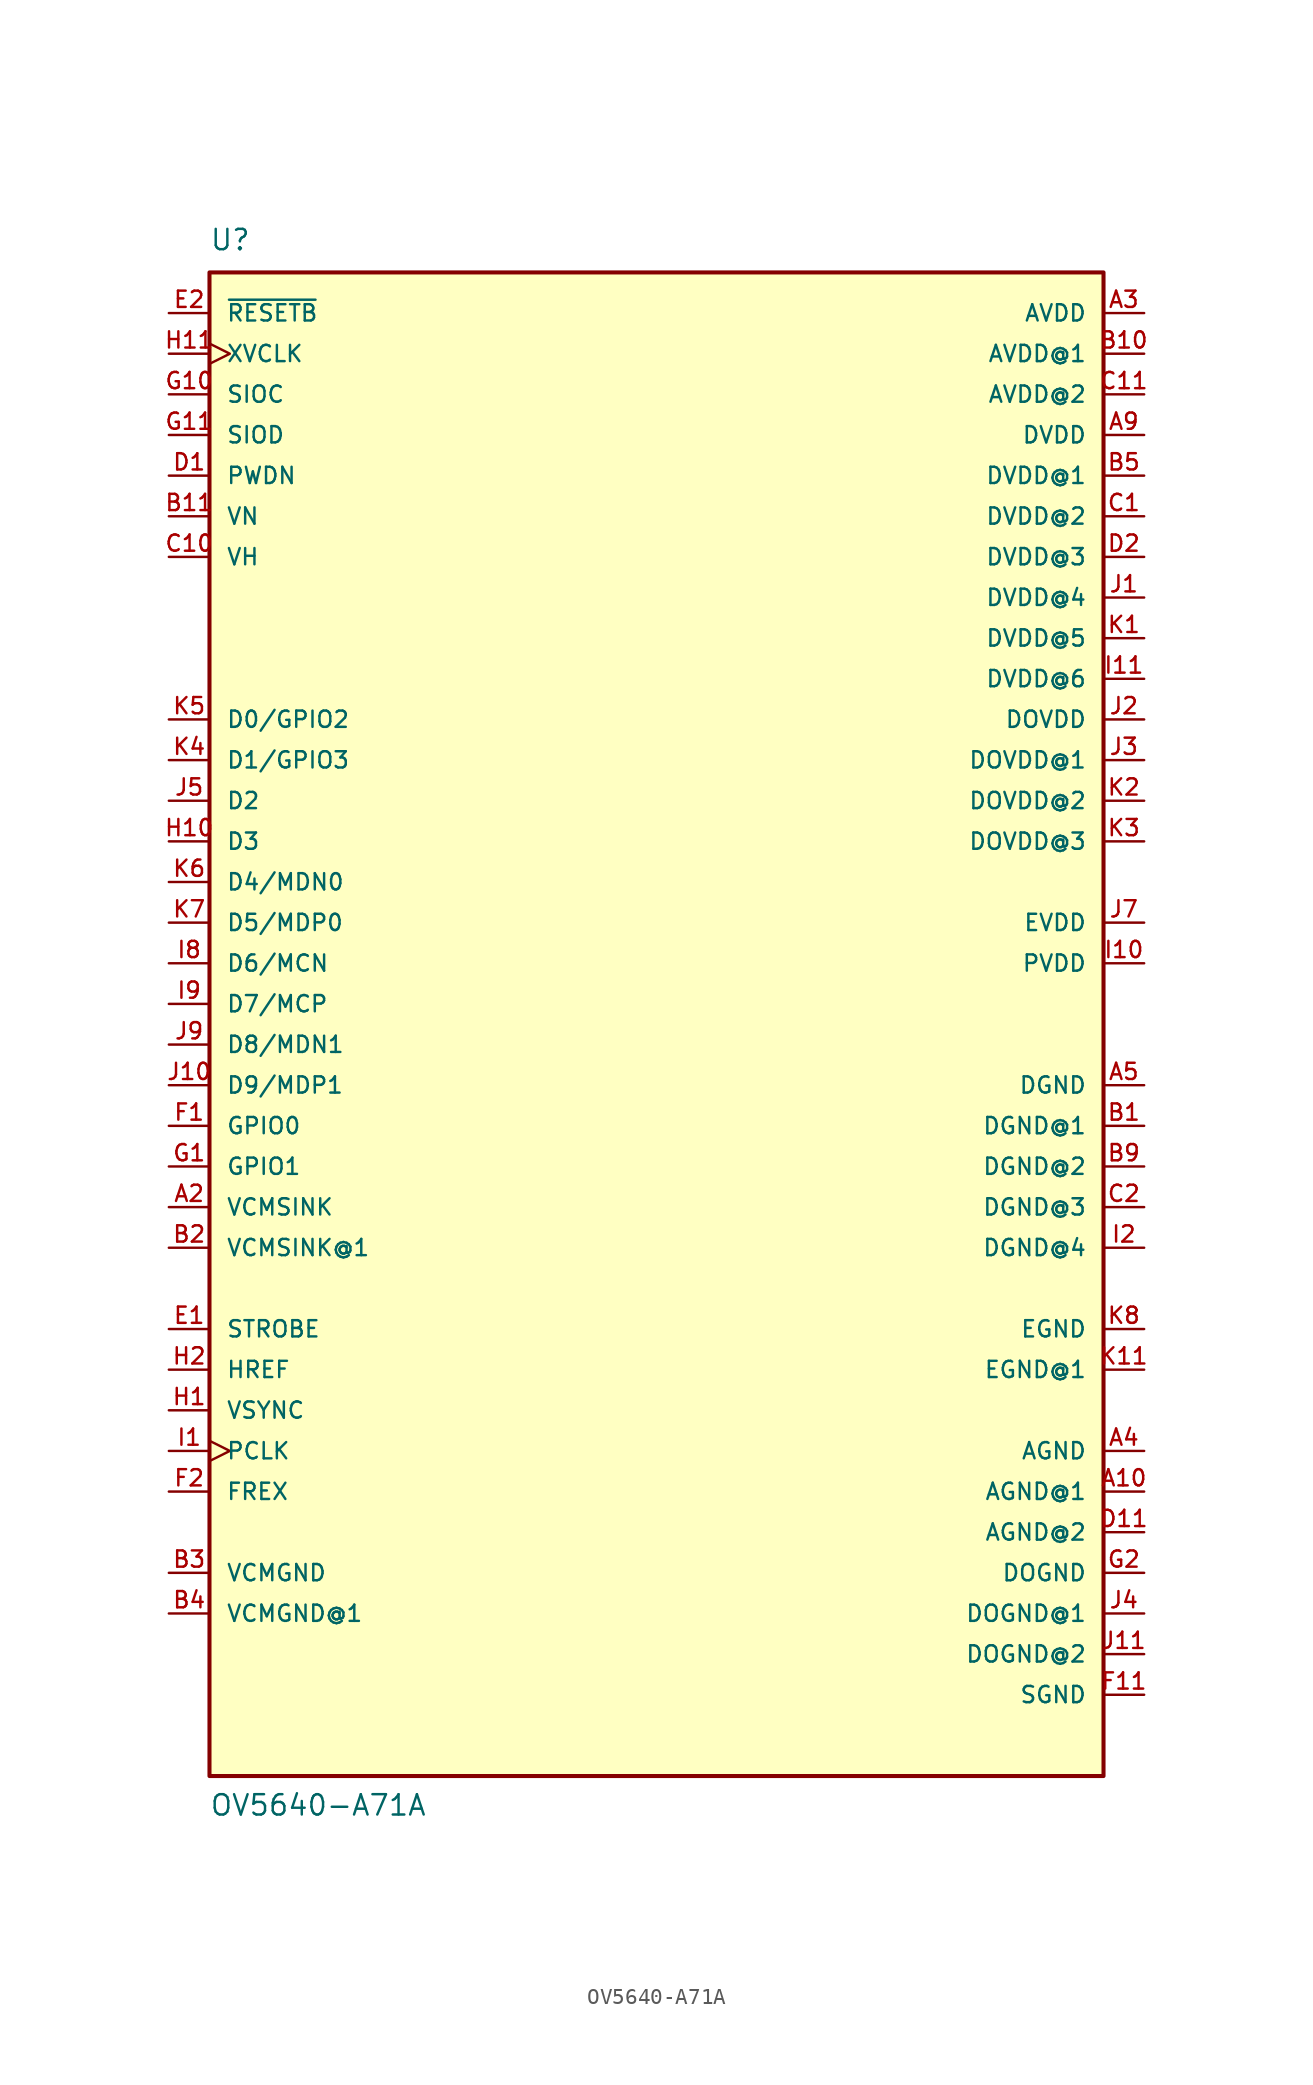
<source format=kicad_sym>
(kicad_symbol_lib
  (version 20211014)
  (generator kicad_symbol_editor)
  (symbol "OV5640-A71A"
    (pin_names
      (offset 1.016))
    (property "Reference" "U"
      (at -27.952 49.551 0)
      (effects (font (size 1.27 1.27)) (justify bottom left)))
    (property "Value" "OV5640-A71A"
      (at -27.956 -48.288 0)
      (effects (font (size 1.27 1.27)) (justify bottom left)))
    (symbol "OV5640-A71A_0_0"
      (rectangle (start -27.94 -45.72) (end 27.94 48.26) (stroke (width 0.254)) (fill (type background)))
      (pin bidirectional line (at -30.48 -10.16 0) (length 2.54) (name "VCMSINK" (effects (font (size 1.016 1.016)))) (number "A2" (effects (font (size 1.016 1.016)))))
      (pin power_in line (at 30.48 45.72 180.0) (length 2.54) (name "AVDD" (effects (font (size 1.016 1.016)))) (number "A3" (effects (font (size 1.016 1.016)))))
      (pin power_in line (at 30.48 -25.4 180.0) (length 2.54) (name "AGND" (effects (font (size 1.016 1.016)))) (number "A4" (effects (font (size 1.016 1.016)))))
      (pin power_in line (at 30.48 -2.54 180.0) (length 2.54) (name "DGND" (effects (font (size 1.016 1.016)))) (number "A5" (effects (font (size 1.016 1.016)))))
      (pin power_in line (at 30.48 38.1 180.0) (length 2.54) (name "DVDD" (effects (font (size 1.016 1.016)))) (number "A9" (effects (font (size 1.016 1.016)))))
      (pin power_in line (at 30.48 -27.94 180.0) (length 2.54) (name "AGND@1" (effects (font (size 1.016 1.016)))) (number "A10" (effects (font (size 1.016 1.016)))))
      (pin power_in line (at 30.48 -5.08 180.0) (length 2.54) (name "DGND@1" (effects (font (size 1.016 1.016)))) (number "B1" (effects (font (size 1.016 1.016)))))
      (pin bidirectional line (at -30.48 -12.7 0) (length 2.54) (name "VCMSINK@1" (effects (font (size 1.016 1.016)))) (number "B2" (effects (font (size 1.016 1.016)))))
      (pin bidirectional line (at -30.48 -33.02 0) (length 2.54) (name "VCMGND" (effects (font (size 1.016 1.016)))) (number "B3" (effects (font (size 1.016 1.016)))))
      (pin bidirectional line (at -30.48 -35.56 0) (length 2.54) (name "VCMGND@1" (effects (font (size 1.016 1.016)))) (number "B4" (effects (font (size 1.016 1.016)))))
      (pin power_in line (at 30.48 35.56 180.0) (length 2.54) (name "DVDD@1" (effects (font (size 1.016 1.016)))) (number "B5" (effects (font (size 1.016 1.016)))))
      (pin power_in line (at 30.48 -7.62 180.0) (length 2.54) (name "DGND@2" (effects (font (size 1.016 1.016)))) (number "B9" (effects (font (size 1.016 1.016)))))
      (pin power_in line (at 30.48 43.18 180.0) (length 2.54) (name "AVDD@1" (effects (font (size 1.016 1.016)))) (number "B10" (effects (font (size 1.016 1.016)))))
      (pin input line (at -30.48 33.02 0) (length 2.54) (name "VN" (effects (font (size 1.016 1.016)))) (number "B11" (effects (font (size 1.016 1.016)))))
      (pin power_in line (at 30.48 33.02 180.0) (length 2.54) (name "DVDD@2" (effects (font (size 1.016 1.016)))) (number "C1" (effects (font (size 1.016 1.016)))))
      (pin power_in line (at 30.48 -10.16 180.0) (length 2.54) (name "DGND@3" (effects (font (size 1.016 1.016)))) (number "C2" (effects (font (size 1.016 1.016)))))
      (pin input line (at -30.48 30.48 0) (length 2.54) (name "VH" (effects (font (size 1.016 1.016)))) (number "C10" (effects (font (size 1.016 1.016)))))
      (pin power_in line (at 30.48 40.64 180.0) (length 2.54) (name "AVDD@2" (effects (font (size 1.016 1.016)))) (number "C11" (effects (font (size 1.016 1.016)))))
      (pin input line (at -30.48 35.56 0) (length 2.54) (name "PWDN" (effects (font (size 1.016 1.016)))) (number "D1" (effects (font (size 1.016 1.016)))))
      (pin power_in line (at 30.48 30.48 180.0) (length 2.54) (name "DVDD@3" (effects (font (size 1.016 1.016)))) (number "D2" (effects (font (size 1.016 1.016)))))
      (pin power_in line (at 30.48 -30.48 180.0) (length 2.54) (name "AGND@2" (effects (font (size 1.016 1.016)))) (number "D11" (effects (font (size 1.016 1.016)))))
      (pin bidirectional line (at -30.48 -17.78 0) (length 2.54) (name "STROBE" (effects (font (size 1.016 1.016)))) (number "E1" (effects (font (size 1.016 1.016)))))
      (pin input line (at -30.48 45.72 0) (length 2.54) (name "~{RESETB}" (effects (font (size 1.016 1.016)))) (number "E2" (effects (font (size 1.016 1.016)))))
      (pin bidirectional line (at -30.48 -5.08 0) (length 2.54) (name "GPIO0" (effects (font (size 1.016 1.016)))) (number "F1" (effects (font (size 1.016 1.016)))))
      (pin bidirectional line (at -30.48 -27.94 0) (length 2.54) (name "FREX" (effects (font (size 1.016 1.016)))) (number "F2" (effects (font (size 1.016 1.016)))))
      (pin power_in line (at 30.48 -40.64 180.0) (length 2.54) (name "SGND" (effects (font (size 1.016 1.016)))) (number "F11" (effects (font (size 1.016 1.016)))))
      (pin bidirectional line (at -30.48 -7.62 0) (length 2.54) (name "GPIO1" (effects (font (size 1.016 1.016)))) (number "G1" (effects (font (size 1.016 1.016)))))
      (pin power_in line (at 30.48 -33.02 180.0) (length 2.54) (name "DOGND" (effects (font (size 1.016 1.016)))) (number "G2" (effects (font (size 1.016 1.016)))))
      (pin input line (at -30.48 40.64 0) (length 2.54) (name "SIOC" (effects (font (size 1.016 1.016)))) (number "G10" (effects (font (size 1.016 1.016)))))
      (pin bidirectional line (at -30.48 38.1 0) (length 2.54) (name "SIOD" (effects (font (size 1.016 1.016)))) (number "G11" (effects (font (size 1.016 1.016)))))
      (pin bidirectional line (at -30.48 -22.86 0) (length 2.54) (name "VSYNC" (effects (font (size 1.016 1.016)))) (number "H1" (effects (font (size 1.016 1.016)))))
      (pin bidirectional line (at -30.48 -20.32 0) (length 2.54) (name "HREF" (effects (font (size 1.016 1.016)))) (number "H2" (effects (font (size 1.016 1.016)))))
      (pin bidirectional line (at -30.48 12.7 0) (length 2.54) (name "D3" (effects (font (size 1.016 1.016)))) (number "H10" (effects (font (size 1.016 1.016)))))
      (pin input clock (at -30.48 43.18 0) (length 2.54) (name "XVCLK" (effects (font (size 1.016 1.016)))) (number "H11" (effects (font (size 1.016 1.016)))))
      (pin bidirectional clock (at -30.48 -25.4 0) (length 2.54) (name "PCLK" (effects (font (size 1.016 1.016)))) (number "I1" (effects (font (size 1.016 1.016)))))
      (pin power_in line (at 30.48 -12.7 180.0) (length 2.54) (name "DGND@4" (effects (font (size 1.016 1.016)))) (number "I2" (effects (font (size 1.016 1.016)))))
      (pin bidirectional line (at -30.48 5.08 0) (length 2.54) (name "D6/MCN" (effects (font (size 1.016 1.016)))) (number "I8" (effects (font (size 1.016 1.016)))))
      (pin bidirectional line (at -30.48 2.54 0) (length 2.54) (name "D7/MCP" (effects (font (size 1.016 1.016)))) (number "I9" (effects (font (size 1.016 1.016)))))
      (pin power_in line (at 30.48 5.08 180.0) (length 2.54) (name "PVDD" (effects (font (size 1.016 1.016)))) (number "I10" (effects (font (size 1.016 1.016)))))
      (pin power_in line (at 30.48 27.94 180.0) (length 2.54) (name "DVDD@4" (effects (font (size 1.016 1.016)))) (number "J1" (effects (font (size 1.016 1.016)))))
      (pin power_in line (at 30.48 25.4 180.0) (length 2.54) (name "DVDD@5" (effects (font (size 1.016 1.016)))) (number "K1" (effects (font (size 1.016 1.016)))))
      (pin power_in line (at 30.48 20.32 180.0) (length 2.54) (name "DOVDD" (effects (font (size 1.016 1.016)))) (number "J2" (effects (font (size 1.016 1.016)))))
      (pin power_in line (at 30.48 17.78 180.0) (length 2.54) (name "DOVDD@1" (effects (font (size 1.016 1.016)))) (number "J3" (effects (font (size 1.016 1.016)))))
      (pin power_in line (at 30.48 -35.56 180.0) (length 2.54) (name "DOGND@1" (effects (font (size 1.016 1.016)))) (number "J4" (effects (font (size 1.016 1.016)))))
      (pin bidirectional line (at -30.48 15.24 0) (length 2.54) (name "D2" (effects (font (size 1.016 1.016)))) (number "J5" (effects (font (size 1.016 1.016)))))
      (pin power_in line (at 30.48 7.62 180.0) (length 2.54) (name "EVDD" (effects (font (size 1.016 1.016)))) (number "J7" (effects (font (size 1.016 1.016)))))
      (pin bidirectional line (at -30.48 0.0 0) (length 2.54) (name "D8/MDN1" (effects (font (size 1.016 1.016)))) (number "J9" (effects (font (size 1.016 1.016)))))
      (pin bidirectional line (at -30.48 -2.54 0) (length 2.54) (name "D9/MDP1" (effects (font (size 1.016 1.016)))) (number "J10" (effects (font (size 1.016 1.016)))))
      (pin power_in line (at 30.48 -38.1 180.0) (length 2.54) (name "DOGND@2" (effects (font (size 1.016 1.016)))) (number "J11" (effects (font (size 1.016 1.016)))))
      (pin power_in line (at 30.48 22.86 180.0) (length 2.54) (name "DVDD@6" (effects (font (size 1.016 1.016)))) (number "I11" (effects (font (size 1.016 1.016)))))
      (pin power_in line (at 30.48 15.24 180.0) (length 2.54) (name "DOVDD@2" (effects (font (size 1.016 1.016)))) (number "K2" (effects (font (size 1.016 1.016)))))
      (pin power_in line (at 30.48 12.7 180.0) (length 2.54) (name "DOVDD@3" (effects (font (size 1.016 1.016)))) (number "K3" (effects (font (size 1.016 1.016)))))
      (pin bidirectional line (at -30.48 17.78 0) (length 2.54) (name "D1/GPIO3" (effects (font (size 1.016 1.016)))) (number "K4" (effects (font (size 1.016 1.016)))))
      (pin bidirectional line (at -30.48 20.32 0) (length 2.54) (name "D0/GPIO2" (effects (font (size 1.016 1.016)))) (number "K5" (effects (font (size 1.016 1.016)))))
      (pin bidirectional line (at -30.48 10.16 0) (length 2.54) (name "D4/MDN0" (effects (font (size 1.016 1.016)))) (number "K6" (effects (font (size 1.016 1.016)))))
      (pin bidirectional line (at -30.48 7.62 0) (length 2.54) (name "D5/MDP0" (effects (font (size 1.016 1.016)))) (number "K7" (effects (font (size 1.016 1.016)))))
      (pin power_in line (at 30.48 -17.78 180.0) (length 2.54) (name "EGND" (effects (font (size 1.016 1.016)))) (number "K8" (effects (font (size 1.016 1.016)))))
      (pin power_in line (at 30.48 -20.32 180.0) (length 2.54) (name "EGND@1" (effects (font (size 1.016 1.016)))) (number "K11" (effects (font (size 1.016 1.016))))))))
</source>
